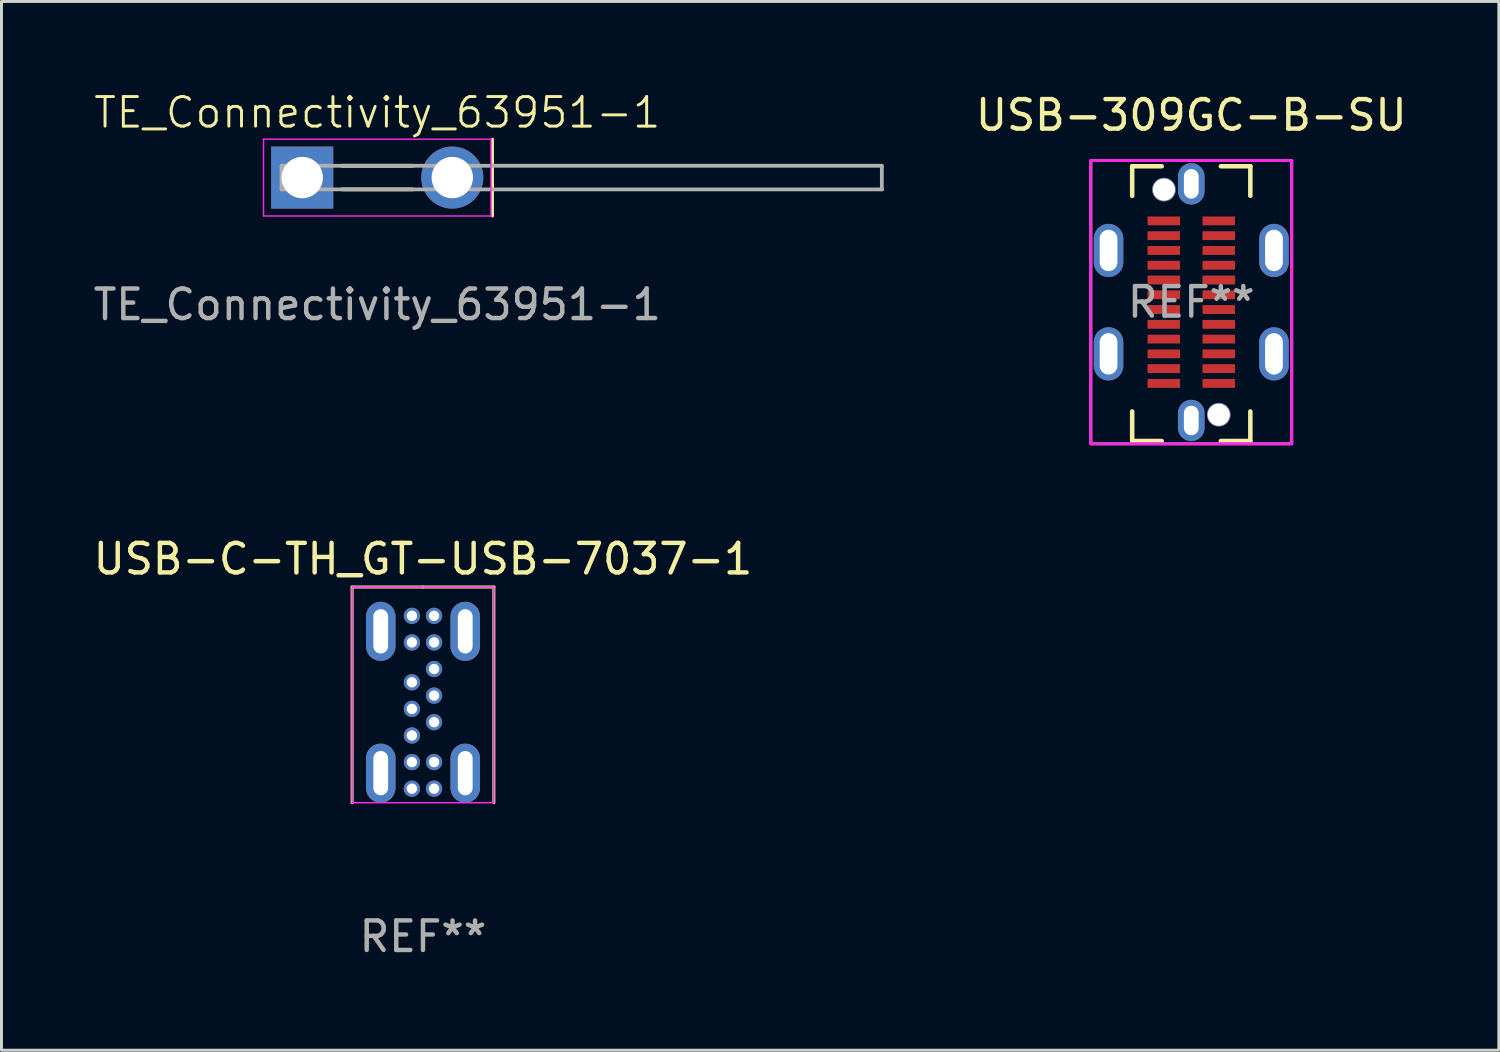
<source format=kicad_pcb>
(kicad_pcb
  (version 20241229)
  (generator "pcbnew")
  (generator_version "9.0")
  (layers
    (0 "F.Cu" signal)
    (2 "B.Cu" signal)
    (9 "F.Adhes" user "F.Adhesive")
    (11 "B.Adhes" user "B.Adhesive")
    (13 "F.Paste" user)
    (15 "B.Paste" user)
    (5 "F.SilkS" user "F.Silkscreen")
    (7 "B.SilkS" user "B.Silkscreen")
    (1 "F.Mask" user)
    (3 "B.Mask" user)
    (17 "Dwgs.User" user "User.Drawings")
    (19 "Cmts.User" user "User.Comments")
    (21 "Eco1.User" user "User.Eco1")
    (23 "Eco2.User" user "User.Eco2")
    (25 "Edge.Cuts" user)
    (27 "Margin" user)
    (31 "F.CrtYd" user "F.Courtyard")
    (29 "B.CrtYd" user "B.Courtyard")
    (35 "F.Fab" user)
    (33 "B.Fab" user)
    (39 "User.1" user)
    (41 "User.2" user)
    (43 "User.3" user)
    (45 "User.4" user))
  (footprint "TE_Connectivity_63951-1"
    (layer "F.Cu")
    (at 9.72 2.961)
    (property "Reference" "TE_Connectivity_63951-1" (at 0 -2.2 0) (unlocked yes) (layer "F.SilkS") (effects (font (size 1 1) (thickness 0.1))))
    (attr through_hole)
    (fp_line (start -1.2 -0.4) (end 1.2 -0.4) (stroke (width 0.127) (type solid)) (layer "F.SilkS"))
    (fp_line (start 1.2 0.4) (end -1.2 0.4) (stroke (width 0.127) (type solid)) (layer "F.SilkS"))
    (fp_line (start 3.9 -1.3) (end 3.9 1.3) (stroke (width 0.1) (type default)) (layer "F.SilkS"))
    (fp_line (start -3.85 -1.3) (end 3.85 -1.3) (stroke (width 0.05) (type solid)) (layer "F.CrtYd"))
    (fp_line (start -3.85 1.3) (end -3.85 -1.3) (stroke (width 0.05) (type solid)) (layer "F.CrtYd"))
    (fp_line (start 3.85 -1.3) (end 3.85 1.3) (stroke (width 0.05) (type solid)) (layer "F.CrtYd"))
    (fp_line (start 3.85 1.3) (end -3.85 1.3) (stroke (width 0.05) (type solid)) (layer "F.CrtYd"))
    (fp_line (start -3.24 -0.4) (end 17.08 -0.4) (stroke (width 0.127) (type solid)) (layer "F.Fab"))
    (fp_line (start -3.24 0.4) (end -3.24 -0.4) (stroke (width 0.127) (type solid)) (layer "F.Fab"))
    (fp_line (start 17.08 -0.4) (end 17.08 0.4) (stroke (width 0.127) (type solid)) (layer "F.Fab"))
    (fp_line (start 17.08 0.4) (end -3.24 0.4) (stroke (width 0.127) (type solid)) (layer "F.Fab"))
    (fp_text user "${REFERENCE}" (at 0 4.3 0) (unlocked yes) (layer "F.Fab") (effects (font (size 1 1) (thickness 0.15))))
    (pad "1" thru_hole rect (at -2.54 0) (size 2.1 2.1) (drill 1.4) (layers "*.Cu" "*.Mask"))
    (pad "2" thru_hole circle (at 2.54 0) (size 2.1 2.1) (drill 1.4) (layers "*.Cu" "*.Mask")))
  (footprint "USB-309GC-B-SU"
    (layer "F.Cu")
    (at 37.274 7.178)
    (property "Reference" "USB-309GC-B-SU" (at 0 -6.33 0) (layer "F.SilkS") (effects (font (size 1 1) (thickness 0.15))))
    (attr through_hole)
    (fp_line (start -2 -4.6) (end -1 -4.6) (stroke (width 0.153) (type default)) (layer "F.SilkS"))
    (fp_line (start -2 -3.6) (end -2 -4.6) (stroke (width 0.153) (type default)) (layer "F.SilkS"))
    (fp_line (start -2 4.7) (end -2 3.7) (stroke (width 0.153) (type default)) (layer "F.SilkS"))
    (fp_line (start -2 4.7) (end -1 4.7) (stroke (width 0.153) (type default)) (layer "F.SilkS"))
    (fp_line (start 1 -4.6) (end 2 -4.6) (stroke (width 0.153) (type default)) (layer "F.SilkS"))
    (fp_line (start 1 4.7) (end 2 4.7) (stroke (width 0.153) (type default)) (layer "F.SilkS"))
    (fp_line (start 2 -3.6) (end 2 -4.6) (stroke (width 0.153) (type default)) (layer "F.SilkS"))
    (fp_line (start 2 4.7) (end 2 3.7) (stroke (width 0.153) (type default)) (layer "F.SilkS"))
    (fp_rect (start -3.4 -4.795) (end 3.4 4.795) (stroke (width 0.1) (type default)) (fill no) (layer "F.CrtYd"))
    (fp_rect (start -3.4 -4.795) (end 3.4 4.795) (stroke (width 0.1) (type default)) (fill no) (layer "F.Fab"))
    (fp_circle (center -0.925 -3.81) (end -0.775 -3.81) (stroke (width 0.3) (type solid)) (fill no) (layer "F.Fab"))
    (fp_circle (center 0.93 3.81) (end 1.08 3.81) (stroke (width 0.3) (type solid)) (fill no) (layer "F.Fab"))
    (fp_text user "REF**" (at 0 0 0) (layer "F.Fab") (effects (font (size 1 1) (thickness 0.15))))
    (pad "" np_thru_hole circle (at -0.925 -3.81) (size 0.8 0.8) (drill 0.75) (layers "*.Cu" "*.Mask"))
    (pad "" np_thru_hole circle (at 0.93 3.81) (size 0.8 0.8) (drill 0.75) (layers "*.Cu" "*.Mask"))
    (pad "25" thru_hole oval (at -2.8 -1.75) (size 1 1.8) (drill oval 0.6 1.4) (layers "*.Cu" "*.Mask"))
    (pad "26" thru_hole oval (at 2.8 -1.75) (size 1 1.8) (drill oval 0.6 1.4) (layers "*.Cu" "*.Mask"))
    (pad "27" thru_hole oval (at 2.8 1.75) (size 1 1.8) (drill oval 0.6 1.4) (layers "*.Cu" "*.Mask"))
    (pad "28" thru_hole oval (at -2.8 1.75) (size 1 1.8) (drill oval 0.6 1.4) (layers "*.Cu" "*.Mask"))
    (pad "29" thru_hole oval (at 0.000127 -4.005) (size 0.9 1.4) (drill oval 0.5 1) (layers "*.Cu" "*.Mask"))
    (pad "30" thru_hole oval (at 0.000127 4.005) (size 0.9 1.4) (drill oval 0.5 1) (layers "*.Cu" "*.Mask"))
    (pad "A1" smd rect (at 0.93 2.75 270) (size 0.3 1.1) (layers "F.Cu" "F.Mask" "F.Paste"))
    (pad "A2" smd rect (at 0.93 2.25 270) (size 0.3 1.1) (layers "F.Cu" "F.Mask" "F.Paste"))
    (pad "A3" smd rect (at 0.93 1.75 270) (size 0.3 1.1) (layers "F.Cu" "F.Mask" "F.Paste"))
    (pad "A4" smd rect (at 0.93 1.25 270) (size 0.3 1.1) (layers "F.Cu" "F.Mask" "F.Paste"))
    (pad "A5" smd rect (at 0.93 0.75 270) (size 0.3 1.1) (layers "F.Cu" "F.Mask" "F.Paste"))
    (pad "A6" smd rect (at 0.93 0.25 270) (size 0.3 1.1) (layers "F.Cu" "F.Mask" "F.Paste"))
    (pad "A7" smd rect (at 0.93 -0.25 270) (size 0.3 1.1) (layers "F.Cu" "F.Mask" "F.Paste"))
    (pad "A8" smd rect (at 0.93 -0.75 270) (size 0.3 1.1) (layers "F.Cu" "F.Mask" "F.Paste"))
    (pad "A9" smd rect (at 0.93 -1.25 270) (size 0.3 1.1) (layers "F.Cu" "F.Mask" "F.Paste"))
    (pad "A10" smd rect (at 0.93 -1.75 270) (size 0.3 1.1) (layers "F.Cu" "F.Mask" "F.Paste"))
    (pad "A11" smd rect (at 0.93 -2.25 270) (size 0.3 1.1) (layers "F.Cu" "F.Mask" "F.Paste"))
    (pad "A12" smd rect (at 0.93 -2.75 270) (size 0.3 1.1) (layers "F.Cu" "F.Mask" "F.Paste"))
    (pad "B1" smd rect (at -0.93 -2.75 270) (size 0.3 1.1) (layers "F.Cu" "F.Mask" "F.Paste"))
    (pad "B2" smd rect (at -0.93 -2.25 270) (size 0.3 1.1) (layers "F.Cu" "F.Mask" "F.Paste"))
    (pad "B3" smd rect (at -0.93 -1.75 270) (size 0.3 1.1) (layers "F.Cu" "F.Mask" "F.Paste"))
    (pad "B4" smd rect (at -0.93 -1.25 270) (size 0.3 1.1) (layers "F.Cu" "F.Mask" "F.Paste"))
    (pad "B5" smd rect (at -0.93 -0.75 270) (size 0.3 1.1) (layers "F.Cu" "F.Mask" "F.Paste"))
    (pad "B6" smd rect (at -0.93 -0.25 270) (size 0.3 1.1) (layers "F.Cu" "F.Mask" "F.Paste"))
    (pad "B7" smd rect (at -0.93 0.25 270) (size 0.3 1.1) (layers "F.Cu" "F.Mask" "F.Paste"))
    (pad "B8" smd rect (at -0.93 0.75 270) (size 0.3 1.1) (layers "F.Cu" "F.Mask" "F.Paste"))
    (pad "B9" smd rect (at -0.93 1.25 270) (size 0.3 1.1) (layers "F.Cu" "F.Mask" "F.Paste"))
    (pad "B10" smd rect (at -0.93 1.75 270) (size 0.3 1.1) (layers "F.Cu" "F.Mask" "F.Paste"))
    (pad "B11" smd rect (at -0.93 2.25 270) (size 0.3 1.1) (layers "F.Cu" "F.Mask" "F.Paste"))
    (pad "B12" smd rect (at -0.93 2.75 270) (size 0.3 1.1) (layers "F.Cu" "F.Mask" "F.Paste")))
  (footprint "USB-C-TH_GT-USB-7037-1"
    (layer "F.Cu")
    (at 11.268 20.621)
    (property "Reference" "USB-C-TH_GT-USB-7037-1" (at 0 -4.75 0) (layer "F.SilkS") (effects (font (size 1 1) (thickness 0.15))))
    (attr through_hole)
    (fp_rect (start -2.1 -3.5) (end 2.1 3.5) (stroke (width 0.1) (type solid)) (fill yes) (layer "F.Mask"))
    (fp_line (start -2.4 -3.8) (end 0 -3.8) (stroke (width 0.1) (type default)) (layer "F.SilkS"))
    (fp_line (start -2.4 3.5) (end -2.4 -3.8) (stroke (width 0.1) (type default)) (layer "F.SilkS"))
    (fp_line (start 0 -3.8) (end 2.4 -3.8) (stroke (width 0.1) (type default)) (layer "F.SilkS"))
    (fp_line (start 2.4 3.5) (end 2.4 -3.8) (stroke (width 0.1) (type default)) (layer "F.SilkS"))
    (fp_rect (start -2.4 -3.8) (end 2.4 3.5) (stroke (width 0.05) (type default)) (fill no) (layer "F.CrtYd"))
    (fp_text user "REF**" (at 0 8.03 0) (layer "F.Fab") (effects (font (size 1 1) (thickness 0.15))))
    (pad "A1" thru_hole circle (at 0.375 -2.825) (size 0.55 0.55) (drill 0.35) (layers "*.Cu" "*.Mask"))
    (pad "A4" thru_hole circle (at 0.375 -1.925) (size 0.55 0.55) (drill 0.35) (layers "*.Cu" "*.Mask"))
    (pad "A5" thru_hole circle (at 0.375 -1.025) (size 0.55 0.55) (drill 0.35) (layers "*.Cu" "*.Mask"))
    (pad "A6" thru_hole circle (at 0.375 -0.125) (size 0.55 0.55) (drill 0.35) (layers "*.Cu" "*.Mask"))
    (pad "A7" thru_hole circle (at 0.375 0.775) (size 0.55 0.55) (drill 0.35) (layers "*.Cu" "*.Mask"))
    (pad "A9" thru_hole circle (at 0.375 2.125) (size 0.55 0.55) (drill 0.35) (layers "*.Cu" "*.Mask"))
    (pad "A12" thru_hole circle (at 0.375 3.025) (size 0.55 0.55) (drill 0.35) (layers "*.Cu" "*.Mask"))
    (pad "B1" thru_hole circle (at -0.375 3.025) (size 0.55 0.55) (drill 0.35) (layers "*.Cu" "*.Mask"))
    (pad "B4" thru_hole circle (at -0.375 2.125) (size 0.55 0.55) (drill 0.35) (layers "*.Cu" "*.Mask"))
    (pad "B5" thru_hole circle (at -0.375 1.225) (size 0.55 0.55) (drill 0.35) (layers "*.Cu" "*.Mask"))
    (pad "B6" thru_hole circle (at -0.375 0.325) (size 0.55 0.55) (drill 0.35) (layers "*.Cu" "*.Mask"))
    (pad "B7" thru_hole circle (at -0.375 -0.575) (size 0.55 0.55) (drill 0.35) (layers "*.Cu" "*.Mask"))
    (pad "B9" thru_hole circle (at -0.375 -1.925) (size 0.55 0.55) (drill 0.35) (layers "*.Cu" "*.Mask"))
    (pad "B12" thru_hole circle (at -0.375 -2.825) (size 0.55 0.55) (drill 0.35) (layers "*.Cu" "*.Mask"))
    (pad "S1" thru_hole oval (at -1.43 -2.3) (size 1 2) (drill oval 0.5 1.5) (layers "*.Cu" "*.Mask"))
    (pad "S2" thru_hole oval (at 1.43 -2.3) (size 1 2) (drill oval 0.5 1.5) (layers "*.Cu" "*.Mask"))
    (pad "S3" thru_hole oval (at 1.43 2.5) (size 1 2) (drill oval 0.5 1.5) (layers "*.Cu" "*.Mask"))
    (pad "S4" thru_hole oval (at -1.43 2.5) (size 1 2) (drill oval 0.5 1.5) (layers "*.Cu" "*.Mask")))
  (gr_rect
    (start -3 -3)
    (end 47.685 32.5)
    (stroke (width 0.1) (type default))
    (fill no)
    (layer "Edge.Cuts")))
</source>
